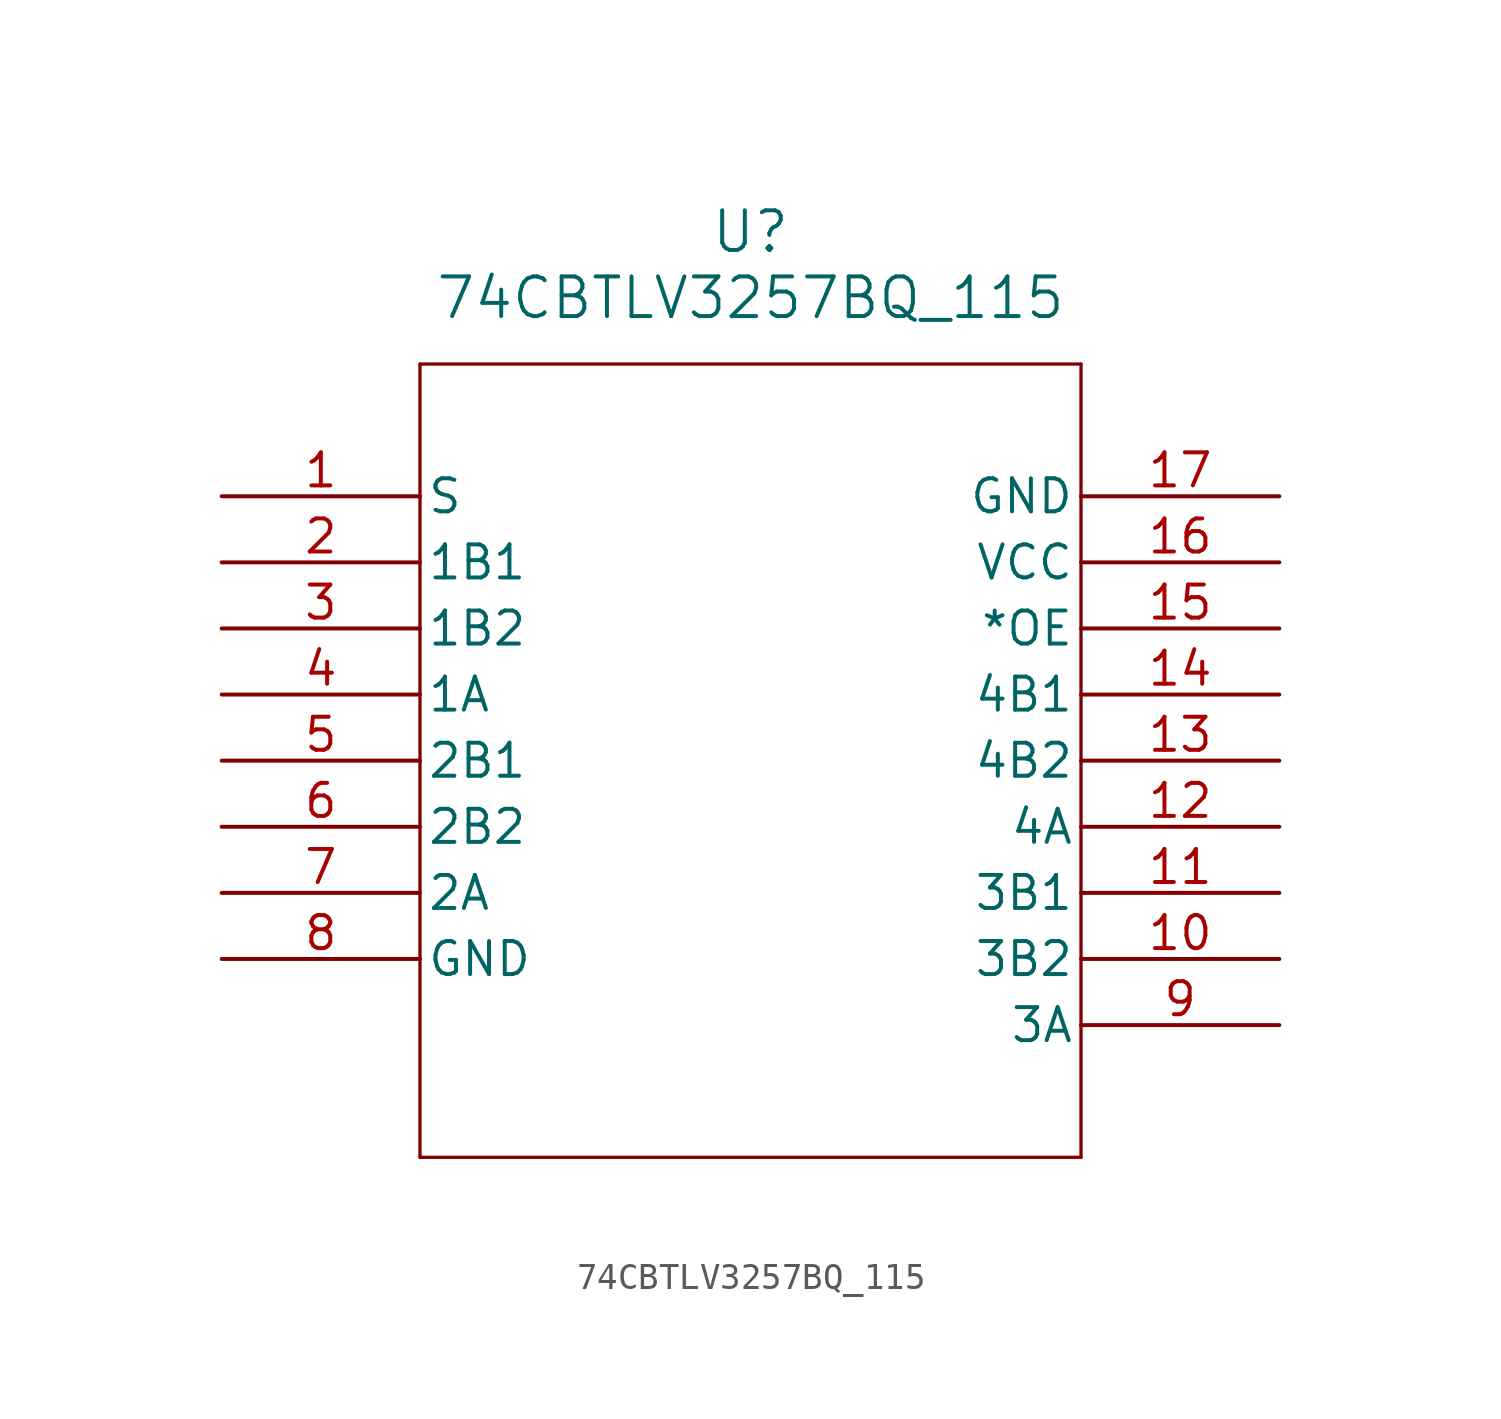
<source format=kicad_sym>
(kicad_symbol_lib
  (version 20211014)
  (generator kicad_symbol_editor)
  (symbol "74CBTLV3257BQ_115"
    (pin_names
      (offset 0.254))
    (property "Reference" "U"
      (at 20.32 10.16 0)
      (effects (font (size 1.524 1.524))))
    (property "Value" "74CBTLV3257BQ_115"
      (at 20.32 7.62 0)
      (effects (font (size 1.524 1.524))))
    (symbol "74CBTLV3257BQ_115_0_1"
      (polyline (pts (xy 7.62 5.08) (xy 7.62 -25.4)) (stroke (width 0.127) (type default) (color 0 0 0 0)) (fill (type none)))
      (polyline (pts (xy 7.62 -25.4) (xy 33.02 -25.4)) (stroke (width 0.127) (type default) (color 0 0 0 0)) (fill (type none)))
      (polyline (pts (xy 33.02 -25.4) (xy 33.02 5.08)) (stroke (width 0.127) (type default) (color 0 0 0 0)) (fill (type none)))
      (polyline (pts (xy 33.02 5.08) (xy 7.62 5.08)) (stroke (width 0.127) (type default) (color 0 0 0 0)) (fill (type none)))
      (pin input line (at 0 0 0) (length 7.62) (name "S" (effects (font (size 1.27 1.27)))) (number "1" (effects (font (size 1.27 1.27)))))
      (pin bidirectional line (at 0 -2.54 0) (length 7.62) (name "1B1" (effects (font (size 1.27 1.27)))) (number "2" (effects (font (size 1.27 1.27)))))
      (pin bidirectional line (at 0 -5.08 0) (length 7.62) (name "1B2" (effects (font (size 1.27 1.27)))) (number "3" (effects (font (size 1.27 1.27)))))
      (pin bidirectional line (at 0 -7.62 0) (length 7.62) (name "1A" (effects (font (size 1.27 1.27)))) (number "4" (effects (font (size 1.27 1.27)))))
      (pin bidirectional line (at 0 -10.16 0) (length 7.62) (name "2B1" (effects (font (size 1.27 1.27)))) (number "5" (effects (font (size 1.27 1.27)))))
      (pin bidirectional line (at 0 -12.7 0) (length 7.62) (name "2B2" (effects (font (size 1.27 1.27)))) (number "6" (effects (font (size 1.27 1.27)))))
      (pin bidirectional line (at 0 -15.24 0) (length 7.62) (name "2A" (effects (font (size 1.27 1.27)))) (number "7" (effects (font (size 1.27 1.27)))))
      (pin power_out line (at 0 -17.78 0) (length 7.62) (name "GND" (effects (font (size 1.27 1.27)))) (number "8" (effects (font (size 1.27 1.27)))))
      (pin bidirectional line (at 40.64 -20.32 180) (length 7.62) (name "3A" (effects (font (size 1.27 1.27)))) (number "9" (effects (font (size 1.27 1.27)))))
      (pin bidirectional line (at 40.64 -17.78 180) (length 7.62) (name "3B2" (effects (font (size 1.27 1.27)))) (number "10" (effects (font (size 1.27 1.27)))))
      (pin bidirectional line (at 40.64 -15.24 180) (length 7.62) (name "3B1" (effects (font (size 1.27 1.27)))) (number "11" (effects (font (size 1.27 1.27)))))
      (pin bidirectional line (at 40.64 -12.7 180) (length 7.62) (name "4A" (effects (font (size 1.27 1.27)))) (number "12" (effects (font (size 1.27 1.27)))))
      (pin bidirectional line (at 40.64 -10.16 180) (length 7.62) (name "4B2" (effects (font (size 1.27 1.27)))) (number "13" (effects (font (size 1.27 1.27)))))
      (pin bidirectional line (at 40.64 -7.62 180) (length 7.62) (name "4B1" (effects (font (size 1.27 1.27)))) (number "14" (effects (font (size 1.27 1.27)))))
      (pin input line (at 40.64 -5.08 180) (length 7.62) (name "*OE" (effects (font (size 1.27 1.27)))) (number "15" (effects (font (size 1.27 1.27)))))
      (pin power_in line (at 40.64 -2.54 180) (length 7.62) (name "VCC" (effects (font (size 1.27 1.27)))) (number "16" (effects (font (size 1.27 1.27)))))
      (pin power_out line (at 40.64 0 180) (length 7.62) (name "GND" (effects (font (size 1.27 1.27)))) (number "17" (effects (font (size 1.27 1.27))))))))
</source>
